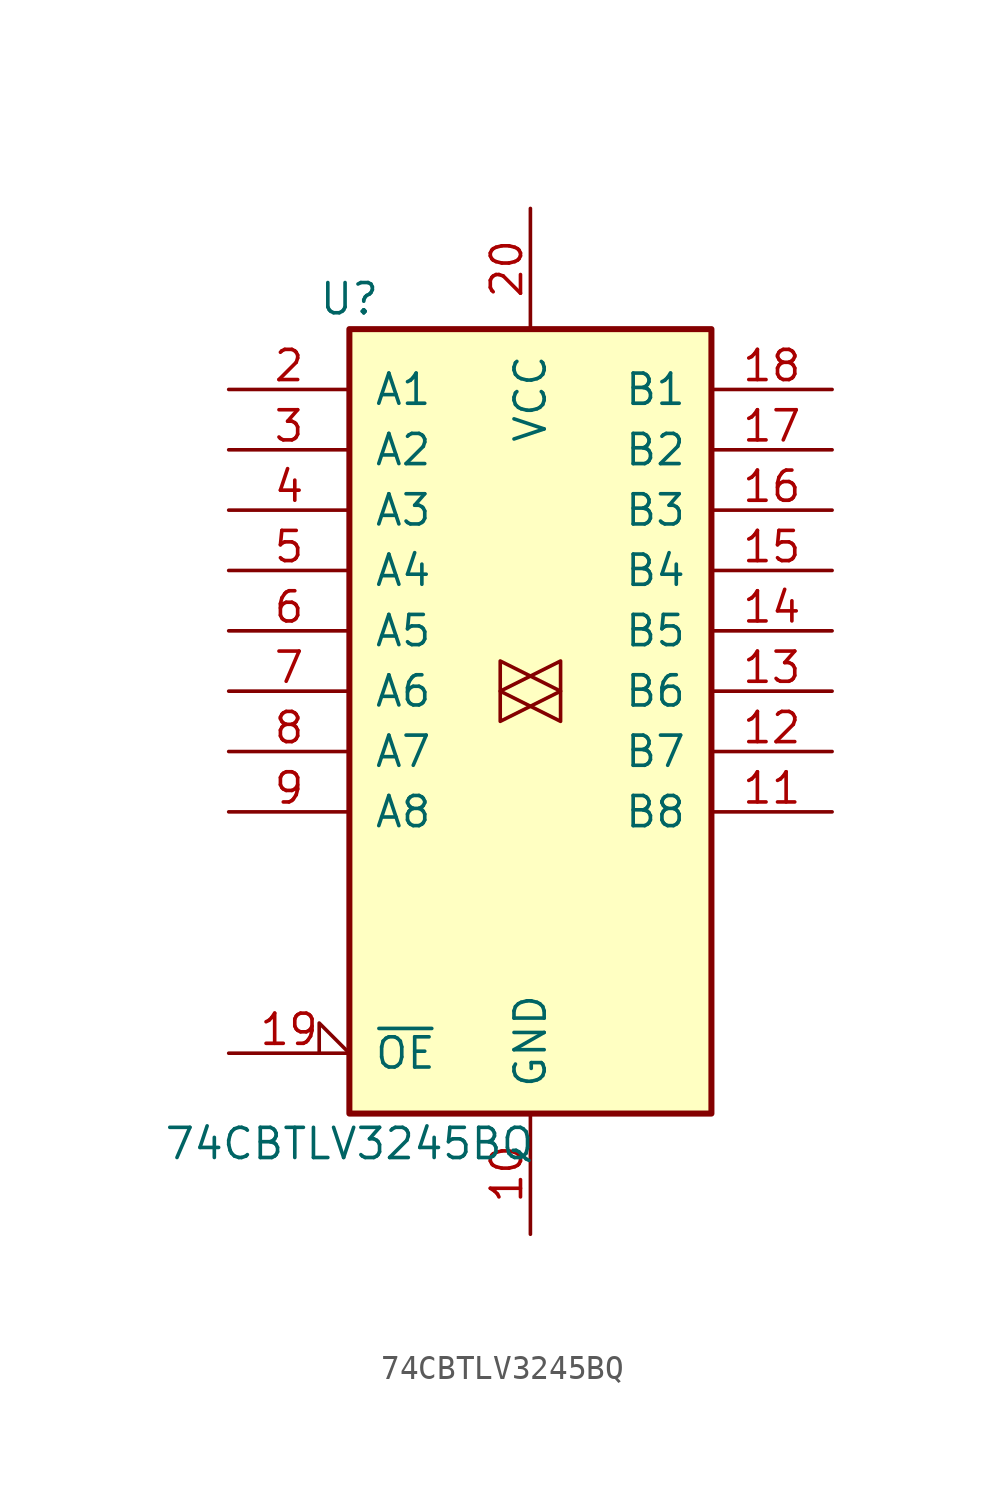
<source format=kicad_sym>
(kicad_symbol_lib
  (version 20211014)
  (generator kicad_symbol_editor)
  (symbol "74CBTLV3245BQ"
    (pin_names
      (offset 1.016))
    (property "Reference" "U"
      (at -7.62 16.51 0)
      (effects (font (size 1.27 1.27))))
    (property "Value" "74CBTLV3245BQ"
      (at -7.62 -19.05 0)
      (effects (font (size 1.27 1.27))))
    (property "ki_locked" ""
      (at 0 0 0)
      (effects (font (size 1.27 1.27))))
    (symbol "74CBTLV3245BQ_1_0"
      (polyline (pts (xy 1.27 0) (xy -1.27 1.27) (xy -1.27 -1.27) (xy 1.27 0)) (stroke (width 0.152) (type default) (color 0 0 0 0)) (fill (type none)))
      (polyline (pts (xy 1.27 1.27) (xy -1.27 0) (xy 1.27 -1.27) (xy 1.27 1.27)) (stroke (width 0) (type default) (color 0 0 0 0)) (fill (type none)))
      (pin power_in line (at 0 -22.86 90) (length 5.08) (name "GND" (effects (font (size 1.27 1.27)))) (number "10" (effects (font (size 1.27 1.27)))))
      (pin bidirectional line (at 12.7 -5.08 180) (length 5.08) (name "B8" (effects (font (size 1.27 1.27)))) (number "11" (effects (font (size 1.27 1.27)))))
      (pin bidirectional line (at 12.7 -2.54 180) (length 5.08) (name "B7" (effects (font (size 1.27 1.27)))) (number "12" (effects (font (size 1.27 1.27)))))
      (pin bidirectional line (at 12.7 0 180) (length 5.08) (name "B6" (effects (font (size 1.27 1.27)))) (number "13" (effects (font (size 1.27 1.27)))))
      (pin bidirectional line (at 12.7 2.54 180) (length 5.08) (name "B5" (effects (font (size 1.27 1.27)))) (number "14" (effects (font (size 1.27 1.27)))))
      (pin bidirectional line (at 12.7 5.08 180) (length 5.08) (name "B4" (effects (font (size 1.27 1.27)))) (number "15" (effects (font (size 1.27 1.27)))))
      (pin bidirectional line (at 12.7 7.62 180) (length 5.08) (name "B3" (effects (font (size 1.27 1.27)))) (number "16" (effects (font (size 1.27 1.27)))))
      (pin bidirectional line (at 12.7 10.16 180) (length 5.08) (name "B2" (effects (font (size 1.27 1.27)))) (number "17" (effects (font (size 1.27 1.27)))))
      (pin bidirectional line (at 12.7 12.7 180) (length 5.08) (name "B1" (effects (font (size 1.27 1.27)))) (number "18" (effects (font (size 1.27 1.27)))))
      (pin input input_low (at -12.7 -15.24 0) (length 5.08) (name "~{OE}" (effects (font (size 1.27 1.27)))) (number "19" (effects (font (size 1.27 1.27)))))
      (pin bidirectional line (at -12.7 12.7 0) (length 5.08) (name "A1" (effects (font (size 1.27 1.27)))) (number "2" (effects (font (size 1.27 1.27)))))
      (pin power_in line (at 0 20.32 270) (length 5.08) (name "VCC" (effects (font (size 1.27 1.27)))) (number "20" (effects (font (size 1.27 1.27)))))
      (pin bidirectional line (at -12.7 10.16 0) (length 5.08) (name "A2" (effects (font (size 1.27 1.27)))) (number "3" (effects (font (size 1.27 1.27)))))
      (pin bidirectional line (at -12.7 7.62 0) (length 5.08) (name "A3" (effects (font (size 1.27 1.27)))) (number "4" (effects (font (size 1.27 1.27)))))
      (pin bidirectional line (at -12.7 5.08 0) (length 5.08) (name "A4" (effects (font (size 1.27 1.27)))) (number "5" (effects (font (size 1.27 1.27)))))
      (pin bidirectional line (at -12.7 2.54 0) (length 5.08) (name "A5" (effects (font (size 1.27 1.27)))) (number "6" (effects (font (size 1.27 1.27)))))
      (pin bidirectional line (at -12.7 0 0) (length 5.08) (name "A6" (effects (font (size 1.27 1.27)))) (number "7" (effects (font (size 1.27 1.27)))))
      (pin bidirectional line (at -12.7 -2.54 0) (length 5.08) (name "A7" (effects (font (size 1.27 1.27)))) (number "8" (effects (font (size 1.27 1.27)))))
      (pin bidirectional line (at -12.7 -5.08 0) (length 5.08) (name "A8" (effects (font (size 1.27 1.27)))) (number "9" (effects (font (size 1.27 1.27))))))
    (symbol "74CBTLV3245BQ_1_1"
      (rectangle (start -7.62 15.24) (end 7.62 -17.78) (stroke (width 0.254) (type default) (color 0 0 0 0)) (fill (type background))))))
</source>
